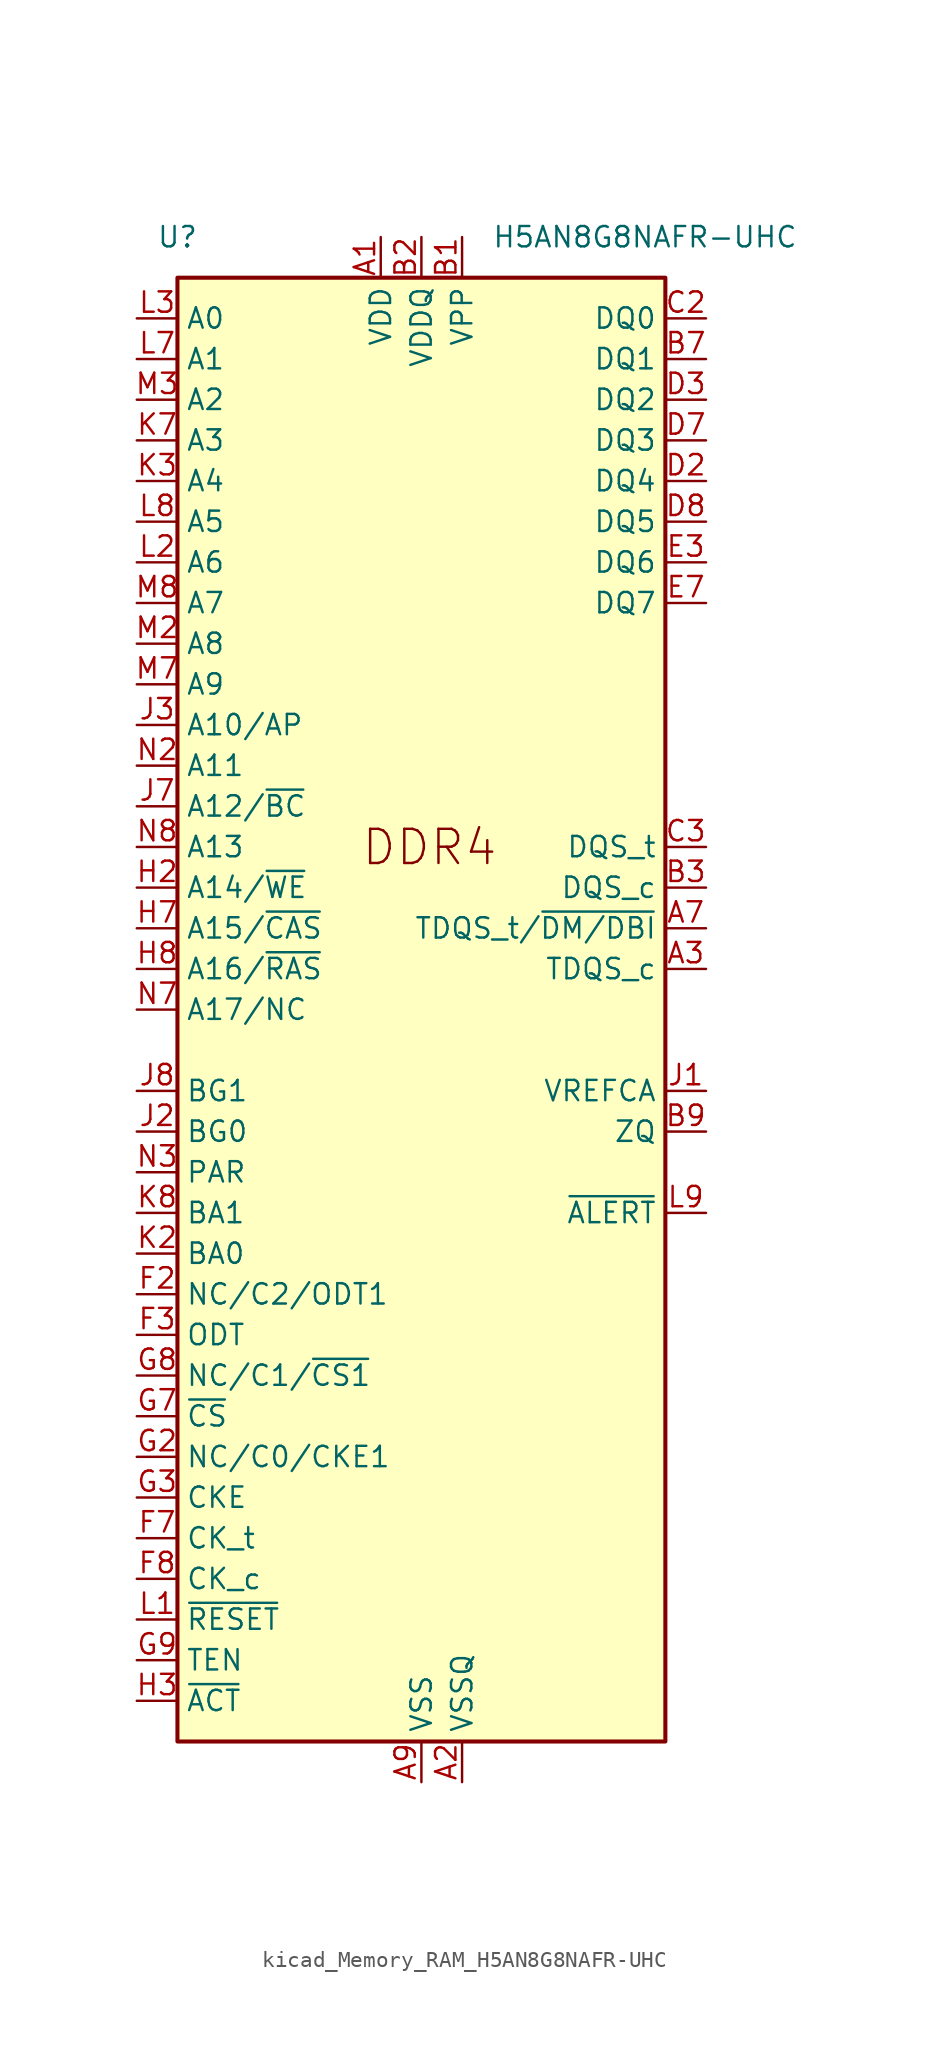
<source format=kicad_sym>
(kicad_symbol_lib
  (version 20220914)
  (generator kicad_symbol_editor)
  (symbol "kicad_Memory_RAM_H5AN8G8NAFR-UHC"
    (property "Reference" "U"
      (at -15.24 48.26 0)
      (effects (font (size 1.27 1.27))))
    (property "Value" "H5AN8G8NAFR-UHC"
      (at 13.97 48.26 0)
      (effects (font (size 1.27 1.27))))
    (symbol "kicad_Memory_RAM_H5AN8G8NAFR-UHC_0_1"
      (rectangle (start -15.24 -45.72) (end 15.24 45.72) (stroke (width 0.254) (type default)) (fill (type background)))
      (pin power_in line (at -2.54 48.26 270) (length 2.54) (name "VDD" (effects (font (size 1.27 1.27)))) (number "A1" (effects (font (size 1.27 1.27)))))
      (pin power_in line (at 2.54 -48.26 90) (length 2.54) (name "VSSQ" (effects (font (size 1.27 1.27)))) (number "A2" (effects (font (size 1.27 1.27)))))
      (pin output line (at 17.78 2.54 180) (length 2.54) (name "TDQS_c" (effects (font (size 1.27 1.27)))) (number "A3" (effects (font (size 1.27 1.27)))))
      (pin bidirectional line (at 17.78 5.08 180) (length 2.54) (name "TDQS_t/~{DM/DBI}" (effects (font (size 1.27 1.27)))) (number "A7" (effects (font (size 1.27 1.27)))))
      (pin passive line (at 2.54 -48.26 90) (length 2.54) hide (name "VSSQ" (effects (font (size 1.27 1.27)))) (number "A8" (effects (font (size 1.27 1.27)))))
      (pin power_in line (at 0 -48.26 90) (length 2.54) (name "VSS" (effects (font (size 1.27 1.27)))) (number "A9" (effects (font (size 1.27 1.27)))))
      (pin power_in line (at 2.54 48.26 270) (length 2.54) (name "VPP" (effects (font (size 1.27 1.27)))) (number "B1" (effects (font (size 1.27 1.27)))))
      (pin power_in line (at 0 48.26 270) (length 2.54) (name "VDDQ" (effects (font (size 1.27 1.27)))) (number "B2" (effects (font (size 1.27 1.27)))))
      (pin bidirectional line (at 17.78 7.62 180) (length 2.54) (name "DQS_c" (effects (font (size 1.27 1.27)))) (number "B3" (effects (font (size 1.27 1.27)))))
      (pin bidirectional line (at 17.78 40.64 180) (length 2.54) (name "DQ1" (effects (font (size 1.27 1.27)))) (number "B7" (effects (font (size 1.27 1.27)))))
      (pin passive line (at 0 48.26 270) (length 2.54) hide (name "VDDQ" (effects (font (size 1.27 1.27)))) (number "B8" (effects (font (size 1.27 1.27)))))
      (pin passive line (at 17.78 -7.62 180) (length 2.54) (name "ZQ" (effects (font (size 1.27 1.27)))) (number "B9" (effects (font (size 1.27 1.27)))))
      (pin passive line (at 0 48.26 270) (length 2.54) hide (name "VDDQ" (effects (font (size 1.27 1.27)))) (number "C1" (effects (font (size 1.27 1.27)))))
      (pin bidirectional line (at 17.78 43.18 180) (length 2.54) (name "DQ0" (effects (font (size 1.27 1.27)))) (number "C2" (effects (font (size 1.27 1.27)))))
      (pin bidirectional line (at 17.78 10.16 180) (length 2.54) (name "DQS_t" (effects (font (size 1.27 1.27)))) (number "C3" (effects (font (size 1.27 1.27)))))
      (pin passive line (at -2.54 48.26 270) (length 2.54) hide (name "VDD" (effects (font (size 1.27 1.27)))) (number "C7" (effects (font (size 1.27 1.27)))))
      (pin passive line (at 0 -48.26 90) (length 2.54) hide (name "VSS" (effects (font (size 1.27 1.27)))) (number "C8" (effects (font (size 1.27 1.27)))))
      (pin passive line (at 0 48.26 270) (length 2.54) hide (name "VDDQ" (effects (font (size 1.27 1.27)))) (number "C9" (effects (font (size 1.27 1.27)))))
      (pin passive line (at 2.54 -48.26 90) (length 2.54) hide (name "VSSQ" (effects (font (size 1.27 1.27)))) (number "D1" (effects (font (size 1.27 1.27)))))
      (pin bidirectional line (at 17.78 33.02 180) (length 2.54) (name "DQ4" (effects (font (size 1.27 1.27)))) (number "D2" (effects (font (size 1.27 1.27)))))
      (pin bidirectional line (at 17.78 38.1 180) (length 2.54) (name "DQ2" (effects (font (size 1.27 1.27)))) (number "D3" (effects (font (size 1.27 1.27)))))
      (pin bidirectional line (at 17.78 35.56 180) (length 2.54) (name "DQ3" (effects (font (size 1.27 1.27)))) (number "D7" (effects (font (size 1.27 1.27)))))
      (pin bidirectional line (at 17.78 30.48 180) (length 2.54) (name "DQ5" (effects (font (size 1.27 1.27)))) (number "D8" (effects (font (size 1.27 1.27)))))
      (pin passive line (at 2.54 -48.26 90) (length 2.54) hide (name "VSSQ" (effects (font (size 1.27 1.27)))) (number "D9" (effects (font (size 1.27 1.27)))))
      (pin passive line (at 0 -48.26 90) (length 2.54) hide (name "VSS" (effects (font (size 1.27 1.27)))) (number "E1" (effects (font (size 1.27 1.27)))))
      (pin passive line (at 0 48.26 270) (length 2.54) hide (name "VDDQ" (effects (font (size 1.27 1.27)))) (number "E2" (effects (font (size 1.27 1.27)))))
      (pin bidirectional line (at 17.78 27.94 180) (length 2.54) (name "DQ6" (effects (font (size 1.27 1.27)))) (number "E3" (effects (font (size 1.27 1.27)))))
      (pin bidirectional line (at 17.78 25.4 180) (length 2.54) (name "DQ7" (effects (font (size 1.27 1.27)))) (number "E7" (effects (font (size 1.27 1.27)))))
      (pin passive line (at 0 48.26 270) (length 2.54) hide (name "VDDQ" (effects (font (size 1.27 1.27)))) (number "E8" (effects (font (size 1.27 1.27)))))
      (pin passive line (at 0 -48.26 90) (length 2.54) hide (name "VSS" (effects (font (size 1.27 1.27)))) (number "E9" (effects (font (size 1.27 1.27)))))
      (pin passive line (at -2.54 48.26 270) (length 2.54) hide (name "VDD" (effects (font (size 1.27 1.27)))) (number "F1" (effects (font (size 1.27 1.27)))))
      (pin passive line (at -17.78 -17.78 0) (length 2.54) (name "NC/C2/ODT1" (effects (font (size 1.27 1.27)))) (number "F2" (effects (font (size 1.27 1.27)))))
      (pin input line (at -17.78 -20.32 0) (length 2.54) (name "ODT" (effects (font (size 1.27 1.27)))) (number "F3" (effects (font (size 1.27 1.27)))))
      (pin input line (at -17.78 -33.02 0) (length 2.54) (name "CK_t" (effects (font (size 1.27 1.27)))) (number "F7" (effects (font (size 1.27 1.27)))))
      (pin input line (at -17.78 -35.56 0) (length 2.54) (name "CK_c" (effects (font (size 1.27 1.27)))) (number "F8" (effects (font (size 1.27 1.27)))))
      (pin passive line (at -2.54 48.26 270) (length 2.54) hide (name "VDD" (effects (font (size 1.27 1.27)))) (number "F9" (effects (font (size 1.27 1.27)))))
      (pin passive line (at 0 -48.26 90) (length 2.54) hide (name "VSS" (effects (font (size 1.27 1.27)))) (number "G1" (effects (font (size 1.27 1.27)))))
      (pin passive line (at -17.78 -27.94 0) (length 2.54) (name "NC/C0/CKE1" (effects (font (size 1.27 1.27)))) (number "G2" (effects (font (size 1.27 1.27)))))
      (pin input line (at -17.78 -30.48 0) (length 2.54) (name "CKE" (effects (font (size 1.27 1.27)))) (number "G3" (effects (font (size 1.27 1.27)))))
      (pin input line (at -17.78 -25.4 0) (length 2.54) (name "~{CS}" (effects (font (size 1.27 1.27)))) (number "G7" (effects (font (size 1.27 1.27)))))
      (pin passive line (at -17.78 -22.86 0) (length 2.54) (name "NC/C1/~{CS1}" (effects (font (size 1.27 1.27)))) (number "G8" (effects (font (size 1.27 1.27)))))
      (pin input line (at -17.78 -40.64 0) (length 2.54) (name "TEN" (effects (font (size 1.27 1.27)))) (number "G9" (effects (font (size 1.27 1.27)))))
      (pin passive line (at -2.54 48.26 270) (length 2.54) hide (name "VDD" (effects (font (size 1.27 1.27)))) (number "H1" (effects (font (size 1.27 1.27)))))
      (pin input line (at -17.78 7.62 0) (length 2.54) (name "A14/~{WE}" (effects (font (size 1.27 1.27)))) (number "H2" (effects (font (size 1.27 1.27)))))
      (pin input line (at -17.78 -43.18 0) (length 2.54) (name "~{ACT}" (effects (font (size 1.27 1.27)))) (number "H3" (effects (font (size 1.27 1.27)))))
      (pin input line (at -17.78 5.08 0) (length 2.54) (name "A15/~{CAS}" (effects (font (size 1.27 1.27)))) (number "H7" (effects (font (size 1.27 1.27)))))
      (pin input line (at -17.78 2.54 0) (length 2.54) (name "A16/~{RAS}" (effects (font (size 1.27 1.27)))) (number "H8" (effects (font (size 1.27 1.27)))))
      (pin passive line (at 0 -48.26 90) (length 2.54) hide (name "VSS" (effects (font (size 1.27 1.27)))) (number "H9" (effects (font (size 1.27 1.27)))))
      (pin passive line (at 17.78 -5.08 180) (length 2.54) (name "VREFCA" (effects (font (size 1.27 1.27)))) (number "J1" (effects (font (size 1.27 1.27)))))
      (pin input line (at -17.78 -7.62 0) (length 2.54) (name "BG0" (effects (font (size 1.27 1.27)))) (number "J2" (effects (font (size 1.27 1.27)))))
      (pin input line (at -17.78 17.78 0) (length 2.54) (name "A10/AP" (effects (font (size 1.27 1.27)))) (number "J3" (effects (font (size 1.27 1.27)))))
      (pin input line (at -17.78 12.7 0) (length 2.54) (name "A12/~{BC}" (effects (font (size 1.27 1.27)))) (number "J7" (effects (font (size 1.27 1.27)))))
      (pin input line (at -17.78 -5.08 0) (length 2.54) (name "BG1" (effects (font (size 1.27 1.27)))) (number "J8" (effects (font (size 1.27 1.27)))))
      (pin passive line (at -2.54 48.26 270) (length 2.54) hide (name "VDD" (effects (font (size 1.27 1.27)))) (number "J9" (effects (font (size 1.27 1.27)))))
      (pin passive line (at 0 -48.26 90) (length 2.54) hide (name "VSS" (effects (font (size 1.27 1.27)))) (number "K1" (effects (font (size 1.27 1.27)))))
      (pin input line (at -17.78 -15.24 0) (length 2.54) (name "BA0" (effects (font (size 1.27 1.27)))) (number "K2" (effects (font (size 1.27 1.27)))))
      (pin input line (at -17.78 33.02 0) (length 2.54) (name "A4" (effects (font (size 1.27 1.27)))) (number "K3" (effects (font (size 1.27 1.27)))))
      (pin input line (at -17.78 35.56 0) (length 2.54) (name "A3" (effects (font (size 1.27 1.27)))) (number "K7" (effects (font (size 1.27 1.27)))))
      (pin input line (at -17.78 -12.7 0) (length 2.54) (name "BA1" (effects (font (size 1.27 1.27)))) (number "K8" (effects (font (size 1.27 1.27)))))
      (pin passive line (at 0 -48.26 90) (length 2.54) hide (name "VSS" (effects (font (size 1.27 1.27)))) (number "K9" (effects (font (size 1.27 1.27)))))
      (pin input line (at -17.78 -38.1 0) (length 2.54) (name "~{RESET}" (effects (font (size 1.27 1.27)))) (number "L1" (effects (font (size 1.27 1.27)))))
      (pin input line (at -17.78 27.94 0) (length 2.54) (name "A6" (effects (font (size 1.27 1.27)))) (number "L2" (effects (font (size 1.27 1.27)))))
      (pin input line (at -17.78 43.18 0) (length 2.54) (name "A0" (effects (font (size 1.27 1.27)))) (number "L3" (effects (font (size 1.27 1.27)))))
      (pin input line (at -17.78 40.64 0) (length 2.54) (name "A1" (effects (font (size 1.27 1.27)))) (number "L7" (effects (font (size 1.27 1.27)))))
      (pin input line (at -17.78 30.48 0) (length 2.54) (name "A5" (effects (font (size 1.27 1.27)))) (number "L8" (effects (font (size 1.27 1.27)))))
      (pin open_collector line (at 17.78 -12.7 180) (length 2.54) (name "~{ALERT}" (effects (font (size 1.27 1.27)))) (number "L9" (effects (font (size 1.27 1.27)))))
      (pin passive line (at -2.54 48.26 270) (length 2.54) hide (name "VDD" (effects (font (size 1.27 1.27)))) (number "M1" (effects (font (size 1.27 1.27)))))
      (pin input line (at -17.78 22.86 0) (length 2.54) (name "A8" (effects (font (size 1.27 1.27)))) (number "M2" (effects (font (size 1.27 1.27)))))
      (pin input line (at -17.78 38.1 0) (length 2.54) (name "A2" (effects (font (size 1.27 1.27)))) (number "M3" (effects (font (size 1.27 1.27)))))
      (pin input line (at -17.78 20.32 0) (length 2.54) (name "A9" (effects (font (size 1.27 1.27)))) (number "M7" (effects (font (size 1.27 1.27)))))
      (pin input line (at -17.78 25.4 0) (length 2.54) (name "A7" (effects (font (size 1.27 1.27)))) (number "M8" (effects (font (size 1.27 1.27)))))
      (pin passive line (at 2.54 48.26 270) (length 2.54) hide (name "VPP" (effects (font (size 1.27 1.27)))) (number "M9" (effects (font (size 1.27 1.27)))))
      (pin passive line (at 0 -48.26 90) (length 2.54) hide (name "VSS" (effects (font (size 1.27 1.27)))) (number "N1" (effects (font (size 1.27 1.27)))))
      (pin input line (at -17.78 15.24 0) (length 2.54) (name "A11" (effects (font (size 1.27 1.27)))) (number "N2" (effects (font (size 1.27 1.27)))))
      (pin input line (at -17.78 -10.16 0) (length 2.54) (name "PAR" (effects (font (size 1.27 1.27)))) (number "N3" (effects (font (size 1.27 1.27)))))
      (pin passive line (at -17.78 0 0) (length 2.54) (name "A17/NC" (effects (font (size 1.27 1.27)))) (number "N7" (effects (font (size 1.27 1.27)))))
      (pin input line (at -17.78 10.16 0) (length 2.54) (name "A13" (effects (font (size 1.27 1.27)))) (number "N8" (effects (font (size 1.27 1.27)))))
      (pin passive line (at -2.54 48.26 270) (length 2.54) hide (name "VDD" (effects (font (size 1.27 1.27)))) (number "N9" (effects (font (size 1.27 1.27))))))
    (symbol "kicad_Memory_RAM_H5AN8G8NAFR-UHC_1_1"
      (text "DDR4" (at -3.81 8.89 0) (effects (font (size 2.134 2.134)) (justify left bottom))))))
</source>
